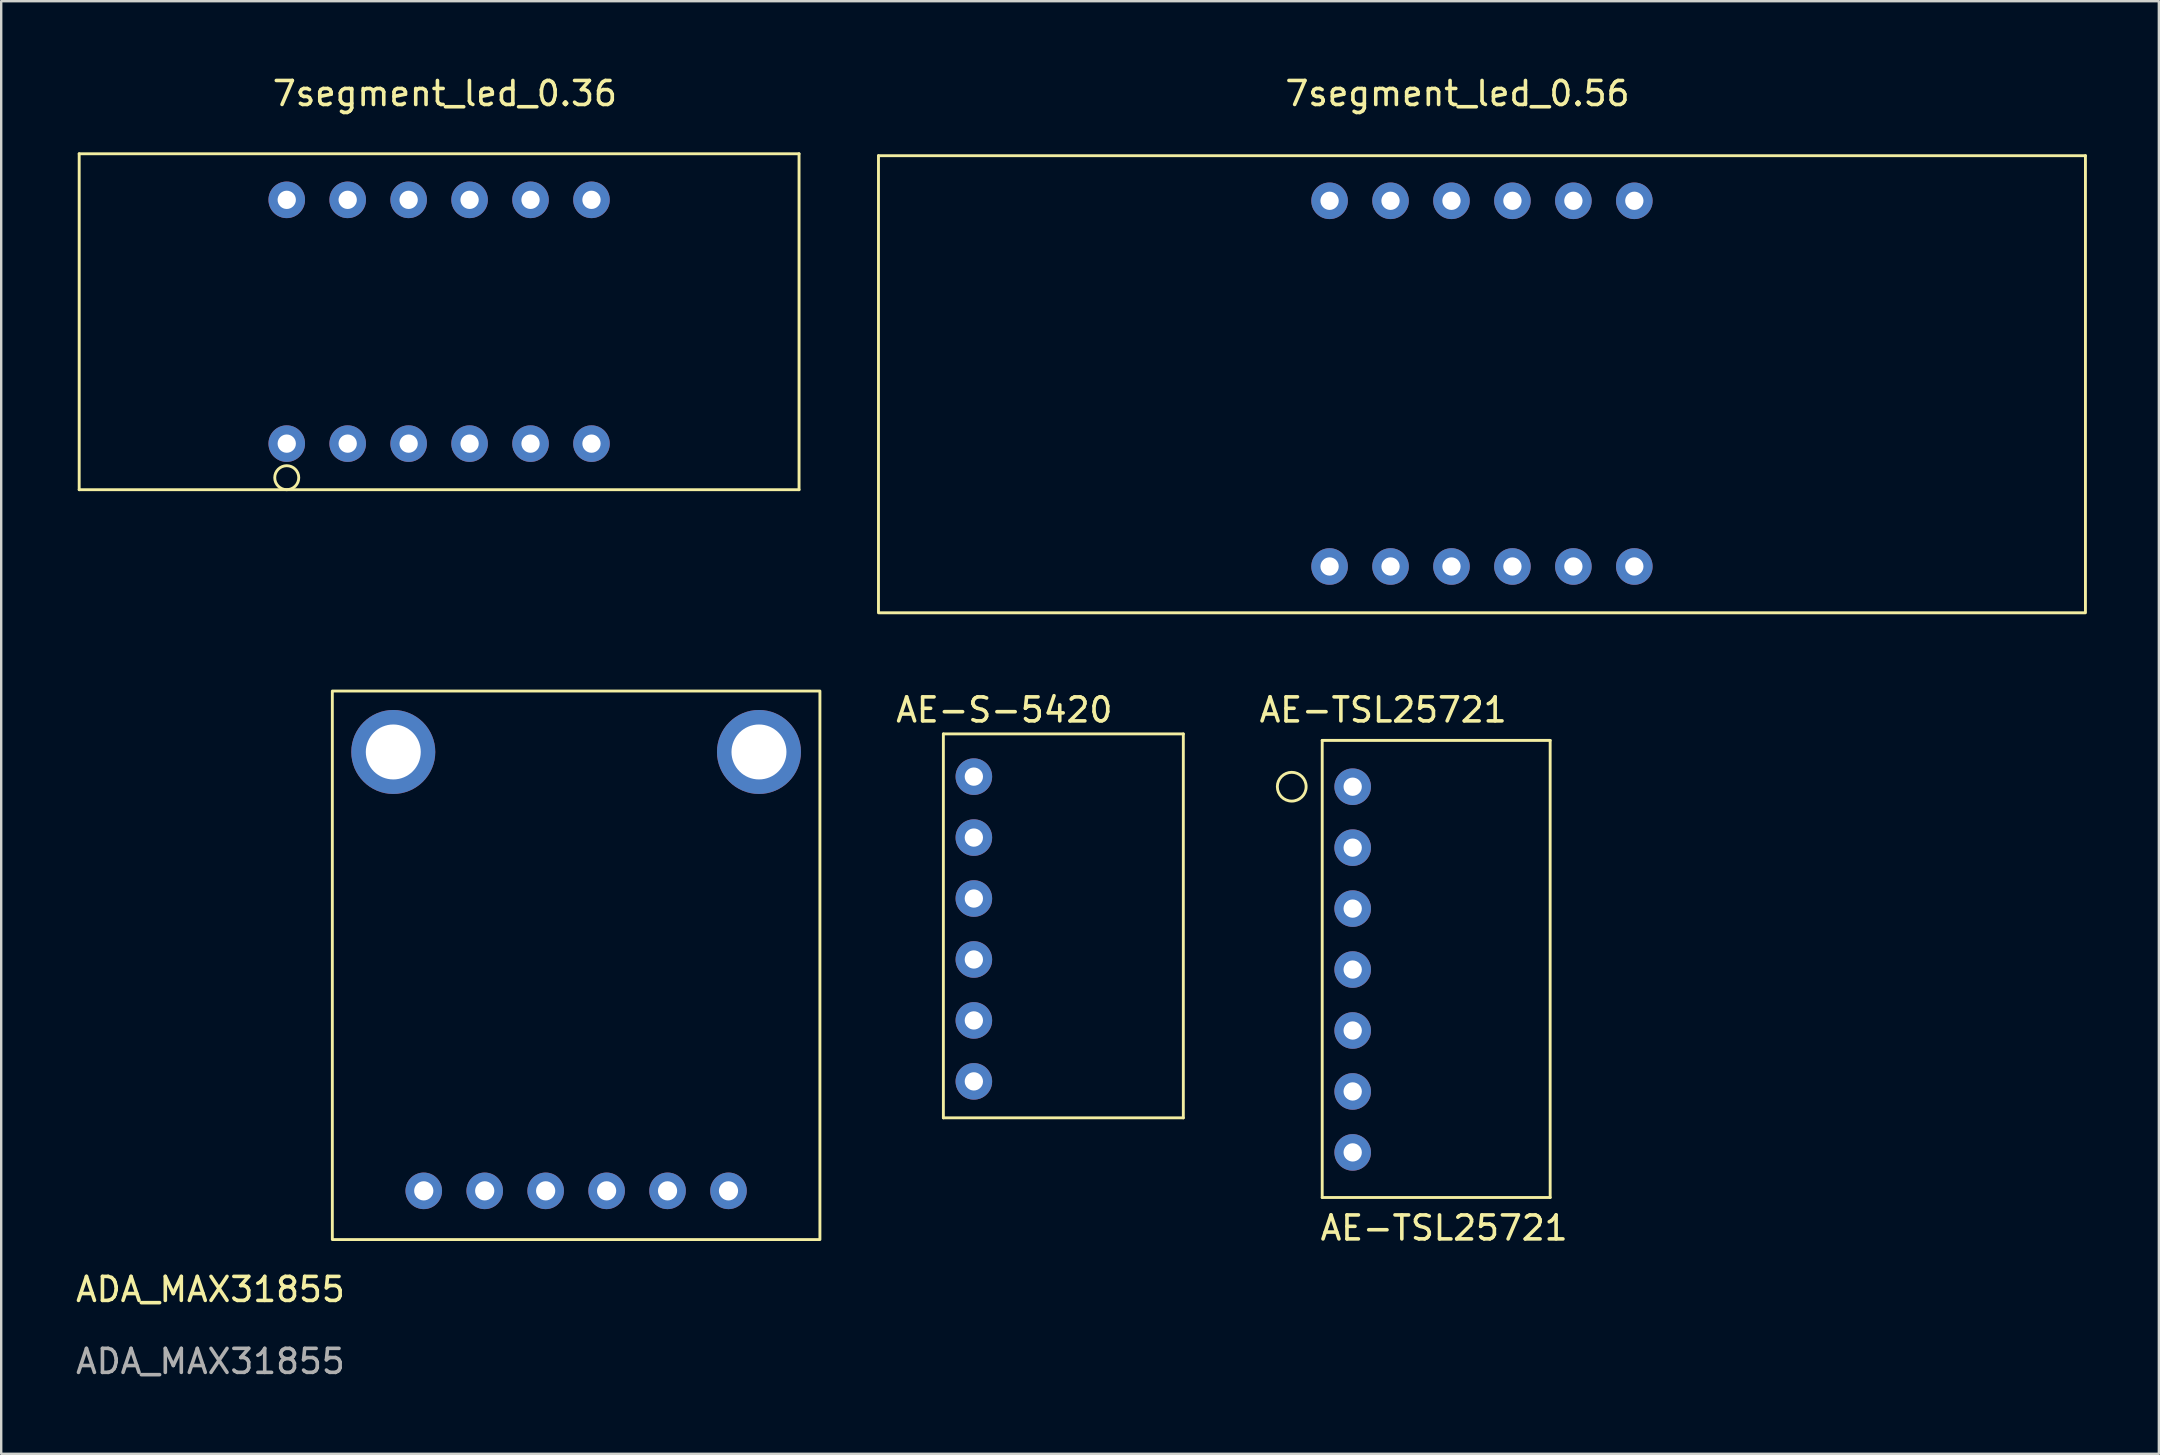
<source format=kicad_pcb>
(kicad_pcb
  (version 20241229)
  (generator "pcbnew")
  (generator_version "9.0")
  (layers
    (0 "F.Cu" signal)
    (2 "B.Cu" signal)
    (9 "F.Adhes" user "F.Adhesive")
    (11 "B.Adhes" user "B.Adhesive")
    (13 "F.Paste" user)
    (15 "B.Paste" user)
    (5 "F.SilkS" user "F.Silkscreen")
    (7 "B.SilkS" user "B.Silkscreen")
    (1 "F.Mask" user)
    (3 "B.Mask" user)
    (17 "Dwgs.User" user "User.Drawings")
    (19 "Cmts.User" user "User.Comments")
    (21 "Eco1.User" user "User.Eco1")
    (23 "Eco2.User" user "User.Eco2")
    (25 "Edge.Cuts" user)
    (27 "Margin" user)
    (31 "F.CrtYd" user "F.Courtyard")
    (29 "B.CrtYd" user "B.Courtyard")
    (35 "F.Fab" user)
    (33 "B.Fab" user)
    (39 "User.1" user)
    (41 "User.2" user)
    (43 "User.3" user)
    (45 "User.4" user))
  (footprint "7segment_led_0.36"
    (layer "F.Cu")
    (at 0.25 17.358)
    (property "Reference" "7segment_led_0.36" (at 15.24 -16.51 0) (layer "F.SilkS") (effects (font (size 1 1) (thickness 0.15))))
    (attr through_hole)
    (fp_line (start 0 -14) (end 30 -14) (stroke (width 0.12) (type solid)) (layer "F.SilkS"))
    (fp_line (start 0 0) (end 0 -14) (stroke (width 0.12) (type solid)) (layer "F.SilkS"))
    (fp_line (start 0 0) (end 30 0) (stroke (width 0.12) (type solid)) (layer "F.SilkS"))
    (fp_line (start 30 -14) (end 30 0) (stroke (width 0.12) (type solid)) (layer "F.SilkS"))
    (fp_circle (center 8.65 -0.5) (end 9.15 -0.5) (stroke (width 0.12) (type solid)) (fill no) (layer "F.SilkS"))
    (pad "1" thru_hole circle (at 8.65 -1.92) (size 1.524 1.524) (drill 0.762) (layers "*.Cu" "*.Mask"))
    (pad "2" thru_hole circle (at 11.19 -1.92) (size 1.524 1.524) (drill 0.762) (layers "*.Cu" "*.Mask"))
    (pad "3" thru_hole circle (at 13.73 -1.92) (size 1.524 1.524) (drill 0.762) (layers "*.Cu" "*.Mask"))
    (pad "4" thru_hole circle (at 16.27 -1.92) (size 1.524 1.524) (drill 0.762) (layers "*.Cu" "*.Mask"))
    (pad "5" thru_hole circle (at 18.81 -1.92) (size 1.524 1.524) (drill 0.762) (layers "*.Cu" "*.Mask"))
    (pad "6" thru_hole circle (at 21.35 -1.92) (size 1.524 1.524) (drill 0.762) (layers "*.Cu" "*.Mask"))
    (pad "7" thru_hole circle (at 21.35 -12.08) (size 1.524 1.524) (drill 0.762) (layers "*.Cu" "*.Mask"))
    (pad "8" thru_hole circle (at 18.81 -12.08) (size 1.524 1.524) (drill 0.762) (layers "*.Cu" "*.Mask"))
    (pad "9" thru_hole circle (at 16.27 -12.08) (size 1.524 1.524) (drill 0.762) (layers "*.Cu" "*.Mask"))
    (pad "10" thru_hole circle (at 13.73 -12.08) (size 1.524 1.524) (drill 0.762) (layers "*.Cu" "*.Mask"))
    (pad "11" thru_hole circle (at 11.19 -12.08) (size 1.524 1.524) (drill 0.762) (layers "*.Cu" "*.Mask"))
    (pad "12" thru_hole circle (at 8.65 -12.08) (size 1.524 1.524) (drill 0.762) (layers "*.Cu" "*.Mask")))
  (footprint "AE-S-5420"
    (layer "F.Cu")
    (at 36.265 43.536)
    (property "Reference" "AE-S-5420" (at 2.54 -17 0) (layer "F.SilkS") (effects (font (size 1 1) (thickness 0.15))))
    (attr through_hole)
    (fp_line (start 0 -16) (end 10 -16) (stroke (width 0.12) (type solid)) (layer "F.SilkS"))
    (fp_line (start 0 0) (end 0 -16) (stroke (width 0.12) (type solid)) (layer "F.SilkS"))
    (fp_line (start 0 0) (end 10 0) (stroke (width 0.12) (type solid)) (layer "F.SilkS"))
    (fp_line (start 10 0) (end 10 -16) (stroke (width 0.12) (type solid)) (layer "F.SilkS"))
    (pad "1" thru_hole circle (at 1.27 -14.22) (size 1.524 1.524) (drill 0.762) (layers "*.Cu" "*.Mask"))
    (pad "2" thru_hole circle (at 1.27 -11.68) (size 1.524 1.524) (drill 0.762) (layers "*.Cu" "*.Mask"))
    (pad "3" thru_hole circle (at 1.27 -9.14) (size 1.524 1.524) (drill 0.762) (layers "*.Cu" "*.Mask"))
    (pad "4" thru_hole circle (at 1.27 -6.6) (size 1.524 1.524) (drill 0.762) (layers "*.Cu" "*.Mask"))
    (pad "5" thru_hole circle (at 1.27 -4.06) (size 1.524 1.524) (drill 0.762) (layers "*.Cu" "*.Mask"))
    (pad "6" thru_hole circle (at 1.27 -1.52) (size 1.524 1.524) (drill 0.762) (layers "*.Cu" "*.Mask")))
  (footprint "AE-TSL25721"
    (layer "F.Cu")
    (at 52.053 46.856)
    (property "Reference" "AE-TSL25721" (at 2.54 -20.32 0) (layer "F.SilkS") (effects (font (size 1 1) (thickness 0.15))))
    (attr through_hole)
    (fp_line (start 0 -19.05) (end 9.5 -19.05) (stroke (width 0.12) (type solid)) (layer "F.SilkS"))
    (fp_line (start 0 0) (end 0 -19.05) (stroke (width 0.12) (type solid)) (layer "F.SilkS"))
    (fp_line (start 9.5 -19.05) (end 9.5 0) (stroke (width 0.12) (type solid)) (layer "F.SilkS"))
    (fp_line (start 9.5 0) (end 0 0) (stroke (width 0.12) (type solid)) (layer "F.SilkS"))
    (fp_circle (center -1.27 -17.12) (end -0.67 -17.12) (stroke (width 0.12) (type solid)) (fill no) (layer "F.SilkS"))
    (fp_text user "AE-TSL25721" (at 5.08 1.27 0) (layer "F.SilkS") (effects (font (size 1 1) (thickness 0.15))))
    (pad "1" thru_hole circle (at 1.27 -17.12) (size 1.524 1.524) (drill 0.762) (layers "*.Cu" "*.Mask"))
    (pad "2" thru_hole circle (at 1.27 -14.58) (size 1.524 1.524) (drill 0.762) (layers "*.Cu" "*.Mask"))
    (pad "3" thru_hole circle (at 1.27 -12.04) (size 1.524 1.524) (drill 0.762) (layers "*.Cu" "*.Mask"))
    (pad "4" thru_hole circle (at 1.27 -9.5) (size 1.524 1.524) (drill 0.762) (layers "*.Cu" "*.Mask"))
    (pad "5" thru_hole circle (at 1.27 -6.96) (size 1.524 1.524) (drill 0.762) (layers "*.Cu" "*.Mask"))
    (pad "6" thru_hole circle (at 1.27 -4.42) (size 1.524 1.524) (drill 0.762) (layers "*.Cu" "*.Mask"))
    (pad "7" thru_hole circle (at 1.27 -1.88) (size 1.524 1.524) (drill 0.762) (layers "*.Cu" "*.Mask")))
  (footprint "7segment_led_0.56"
    (layer "F.Cu")
    (at 33.56 22.438)
    (property "Reference" "7segment_led_0.56" (at 24.13 -21.59 0) (layer "F.SilkS") (effects (font (size 1 1) (thickness 0.15))))
    (attr through_hole)
    (fp_line (start 0 -19) (end 50.3 -19) (stroke (width 0.12) (type solid)) (layer "F.SilkS"))
    (fp_line (start 0 0) (end 0 -19) (stroke (width 0.12) (type solid)) (layer "F.SilkS"))
    (fp_line (start 0 0.05) (end 50.3 0.05) (stroke (width 0.12) (type solid)) (layer "F.SilkS"))
    (fp_line (start 50.3 0) (end 50.3 -19) (stroke (width 0.12) (type solid)) (layer "F.SilkS"))
    (pad "1" thru_hole circle (at 18.8 -1.88) (size 1.524 1.524) (drill 0.762) (layers "*.Cu" "*.Mask"))
    (pad "2" thru_hole circle (at 21.34 -1.88) (size 1.524 1.524) (drill 0.762) (layers "*.Cu" "*.Mask"))
    (pad "3" thru_hole circle (at 23.88 -1.88) (size 1.524 1.524) (drill 0.762) (layers "*.Cu" "*.Mask"))
    (pad "4" thru_hole circle (at 26.42 -1.88) (size 1.524 1.524) (drill 0.762) (layers "*.Cu" "*.Mask"))
    (pad "5" thru_hole circle (at 28.96 -1.88) (size 1.524 1.524) (drill 0.762) (layers "*.Cu" "*.Mask"))
    (pad "6" thru_hole circle (at 31.5 -1.88) (size 1.524 1.524) (drill 0.762) (layers "*.Cu" "*.Mask"))
    (pad "7" thru_hole circle (at 31.5 -17.12) (size 1.524 1.524) (drill 0.762) (layers "*.Cu" "*.Mask"))
    (pad "8" thru_hole circle (at 28.96 -17.12) (size 1.524 1.524) (drill 0.762) (layers "*.Cu" "*.Mask"))
    (pad "9" thru_hole circle (at 26.42 -17.12) (size 1.524 1.524) (drill 0.762) (layers "*.Cu" "*.Mask"))
    (pad "10" thru_hole circle (at 23.88 -17.12) (size 1.524 1.524) (drill 0.762) (layers "*.Cu" "*.Mask"))
    (pad "11" thru_hole circle (at 21.34 -17.12) (size 1.524 1.524) (drill 0.762) (layers "*.Cu" "*.Mask"))
    (pad "12" thru_hole circle (at 18.8 -17.12) (size 1.524 1.524) (drill 0.762) (layers "*.Cu" "*.Mask")))
  (footprint "ADA_MAX31855"
    (layer "F.Cu")
    (at 10.8 48.608)
    (property "Reference" "ADA_MAX31855" (at -5.08 2.08 0) (unlocked yes) (layer "F.SilkS") (effects (font (size 1 1) (thickness 0.15))))
    (attr through_hole)
    (fp_rect (start 0 -22.86) (end 20.32 0) (stroke (width 0.12) (type solid)) (fill no) (layer "F.SilkS"))
    (fp_text user "${REFERENCE}" (at -5.08 5.08 0) (unlocked yes) (layer "F.Fab") (effects (font (size 1 1) (thickness 0.15))))
    (pad "1" thru_hole circle (at 3.81 -2.03) (size 1.524 1.524) (drill 0.8) (layers "*.Cu" "*.Mask"))
    (pad "2" thru_hole circle (at 6.35 -2.03) (size 1.524 1.524) (drill 0.8) (layers "*.Cu" "*.Mask"))
    (pad "3" thru_hole circle (at 8.89 -2.03) (size 1.524 1.524) (drill 0.8) (layers "*.Cu" "*.Mask"))
    (pad "4" thru_hole circle (at 11.43 -2.03) (size 1.524 1.524) (drill 0.8) (layers "*.Cu" "*.Mask"))
    (pad "5" thru_hole circle (at 13.97 -2.03) (size 1.524 1.524) (drill 0.8) (layers "*.Cu" "*.Mask"))
    (pad "6" thru_hole circle (at 16.51 -2.03) (size 1.524 1.524) (drill 0.8) (layers "*.Cu" "*.Mask"))
    (pad "7" thru_hole circle (at 2.54 -20.32) (size 3.5 3.5) (drill 2.29) (layers "*.Cu" "*.Mask"))
    (pad "8" thru_hole circle (at 17.78 -20.32) (size 3.5 3.5) (drill 2.29) (layers "*.Cu" "*.Mask")))
  (gr_rect
    (start -3 -3)
    (end 86.92 57.536)
    (stroke (width 0.1) (type default))
    (fill no)
    (layer "Edge.Cuts")))
</source>
